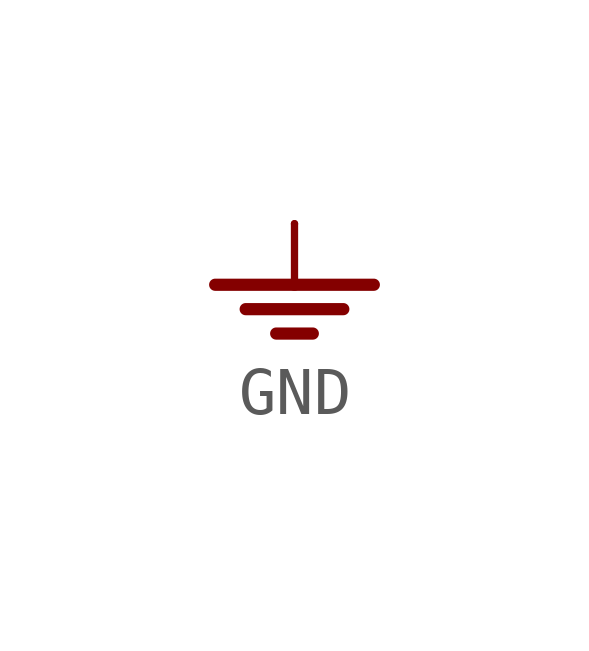
<source format=kicad_sym>
(kicad_symbol_lib
  (version 20201005)
  (generator kicad_symbol_editor)
  (symbol "GND"
    (power)
    (property "Reference" "#S"
      (at 0 0 0)
      (effects (font (size 1.27 1.27)) hide))
    (property "ki_locked" ""
      (at 0 0 0)
      (effects (font (size 1.27 1.27))))
    (symbol "GND_1_0"
      (polyline (pts (xy -1.651 -1.27) (xy 0 -1.27)) (stroke (width 0.254)) (fill (type none)))
      (polyline (pts (xy -1.016 -1.778) (xy 1.016 -1.778)) (stroke (width 0.254)) (fill (type none)))
      (polyline (pts (xy -0.381 -2.286) (xy 0.381 -2.286)) (stroke (width 0.254)) (fill (type none)))
      (polyline (pts (xy 0 -1.27) (xy 0 0)) (stroke (width 0.152)) (fill (type none)))
      (polyline (pts (xy 0 -1.27) (xy 1.651 -1.27)) (stroke (width 0.254)) (fill (type none)))
      (pin power_in line (at 0 0 270) (length 0) (name "GND" (effects (font (size 0 0)))) (number "1" (effects (font (size 0 0))))))))
</source>
